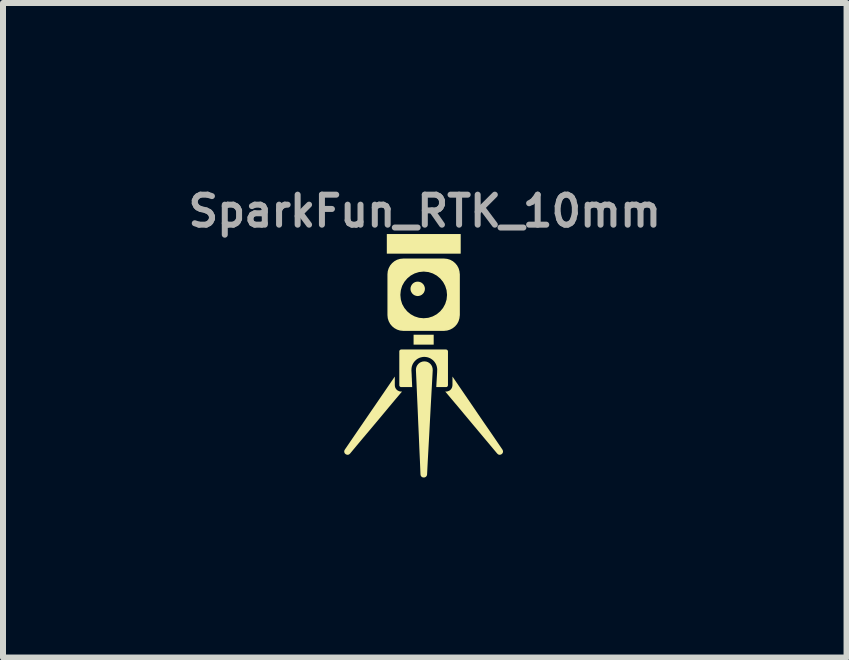
<source format=kicad_pcb>
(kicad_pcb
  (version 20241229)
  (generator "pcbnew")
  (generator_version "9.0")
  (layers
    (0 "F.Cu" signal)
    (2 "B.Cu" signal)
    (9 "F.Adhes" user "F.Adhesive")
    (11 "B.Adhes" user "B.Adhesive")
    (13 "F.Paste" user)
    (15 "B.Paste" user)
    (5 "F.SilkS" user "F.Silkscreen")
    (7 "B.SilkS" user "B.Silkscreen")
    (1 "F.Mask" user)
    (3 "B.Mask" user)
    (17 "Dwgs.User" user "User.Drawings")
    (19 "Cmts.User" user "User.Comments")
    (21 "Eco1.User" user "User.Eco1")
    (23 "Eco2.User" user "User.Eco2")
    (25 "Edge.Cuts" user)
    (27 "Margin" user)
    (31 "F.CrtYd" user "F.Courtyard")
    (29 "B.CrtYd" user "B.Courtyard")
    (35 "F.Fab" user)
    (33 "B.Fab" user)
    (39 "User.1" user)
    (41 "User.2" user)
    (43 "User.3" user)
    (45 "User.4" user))
  (footprint "SparkFun_RTK_10mm"
    (layer "F.Cu")
    (at 4.029 3.368)
    (property "Reference" "SparkFun_RTK_10mm" (at 0 -2.9 0) (layer "F.Fab") (effects (font (size 0.5 0.5) (thickness 0.1))))
    (attr board_only exclude_from_pos_files exclude_from_bom)
    (fp_poly (pts (xy 0.148 -0.675) (xy -0.187 -0.675) (xy -0.187 -0.84) (xy 0.148 -0.84)) (stroke (width 0) (type solid)) (fill yes) (layer "F.SilkS"))
    (fp_poly (pts (xy 0.598 -2.191) (xy -0.633 -2.191) (xy -0.633 -2.518) (xy 0.598 -2.518)) (stroke (width 0) (type solid)) (fill yes) (layer "F.SilkS"))
    (fp_poly (pts (xy -0.097 -1.71) (xy -0.077 -1.704) (xy -0.058 -1.694) (xy -0.043 -1.681) (xy -0.029 -1.665) (xy -0.02 -1.647) (xy -0.013 -1.626) (xy -0.011 -1.605) (xy -0.013 -1.583) (xy -0.02 -1.563) (xy -0.029 -1.545) (xy -0.043 -1.529) (xy -0.058 -1.516) (xy -0.077 -1.506) (xy -0.097 -1.5) (xy -0.118 -1.497) (xy -0.14 -1.5) (xy -0.16 -1.506) (xy -0.178 -1.516) (xy -0.194 -1.529) (xy -0.207 -1.545) (xy -0.217 -1.563) (xy -0.224 -1.583) (xy -0.226 -1.605) (xy -0.224 -1.626) (xy -0.217 -1.647) (xy -0.207 -1.665) (xy -0.194 -1.681) (xy -0.178 -1.694) (xy -0.16 -1.704) (xy -0.14 -1.71) (xy -0.118 -1.712)) (stroke (width 0.025) (type solid)) (fill yes) (layer "F.SilkS"))
    (fp_poly (pts (xy -0.5 0) (xy -0.498 0.022) (xy -0.492 0.042) (xy -0.482 0.06) (xy -0.469 0.076) (xy -0.453 0.089) (xy -0.435 0.098) (xy -0.415 0.105) (xy -0.393 0.107) (xy -0.38 0.107) (xy -0.489 0.236) (xy -0.597 0.365) (xy -0.705 0.495) (xy -0.813 0.624) (xy -0.921 0.753) (xy -1.03 0.882) (xy -1.138 1.011) (xy -1.246 1.141) (xy -1.264 1.156) (xy -1.284 1.161) (xy -1.304 1.158) (xy -1.321 1.149) (xy -1.335 1.135) (xy -1.342 1.117) (xy -1.343 1.096) (xy -1.333 1.075) (xy -1.229 0.922) (xy -1.125 0.77) (xy -1.021 0.618) (xy -0.917 0.466) (xy -0.812 0.313) (xy -0.708 0.161) (xy -0.604 0.009) (xy -0.5 -0.143)) (stroke (width 0) (type solid)) (fill yes) (layer "F.SilkS"))
    (fp_poly (pts (xy 0.565 0.009) (xy 0.669 0.161) (xy 0.773 0.313) (xy 0.877 0.466) (xy 0.981 0.618) (xy 1.086 0.77) (xy 1.19 0.922) (xy 1.294 1.075) (xy 1.303 1.096) (xy 1.303 1.117) (xy 1.295 1.135) (xy 1.282 1.149) (xy 1.264 1.158) (xy 1.245 1.161) (xy 1.225 1.156) (xy 1.207 1.141) (xy 1.098 1.011) (xy 0.99 0.882) (xy 0.882 0.753) (xy 0.774 0.624) (xy 0.666 0.495) (xy 0.558 0.365) (xy 0.449 0.236) (xy 0.341 0.107) (xy 0.354 0.107) (xy 0.375 0.105) (xy 0.395 0.098) (xy 0.414 0.089) (xy 0.429 0.076) (xy 0.442 0.06) (xy 0.452 0.042) (xy 0.458 0.022) (xy 0.461 0) (xy 0.461 -0.143)) (stroke (width 0) (type solid)) (fill yes) (layer "F.SilkS"))
    (fp_poly (pts (xy -0.008 -0.396) (xy -0.008 -0.396) (xy -0.007 -0.396) (xy -0.007 -0.396) (xy -0.007 -0.396) (xy -0.007 -0.396) (xy -0.006 -0.396) (xy -0.006 -0.396) (xy 0.023 -0.393) (xy 0.05 -0.384) (xy 0.074 -0.37) (xy 0.094 -0.352) (xy 0.111 -0.33) (xy 0.123 -0.305) (xy 0.13 -0.277) (xy 0.132 -0.248) (xy 0.12 -0.031) (xy 0.108 0.186) (xy 0.096 0.402) (xy 0.073 0.836) (xy 0.061 1.053) (xy 0.049 1.27) (xy 0.038 1.487) (xy 0.036 1.499) (xy 0.032 1.51) (xy 0.026 1.519) (xy 0.019 1.526) (xy 0.011 1.532) (xy 0.002 1.536) (xy -0.007 1.538) (xy -0.017 1.539) (xy -0.027 1.538) (xy -0.037 1.536) (xy -0.046 1.532) (xy -0.054 1.526) (xy -0.061 1.519) (xy -0.067 1.509) (xy -0.07 1.499) (xy -0.072 1.487) (xy -0.081 1.27) (xy -0.091 1.052) (xy -0.1 0.835) (xy -0.11 0.618) (xy -0.119 0.401) (xy -0.129 0.184) (xy -0.138 -0.033) (xy -0.148 -0.25) (xy -0.146 -0.279) (xy -0.139 -0.306) (xy -0.126 -0.331) (xy -0.109 -0.353) (xy -0.088 -0.371) (xy -0.064 -0.384) (xy -0.037 -0.393) (xy -0.008 -0.396)) (stroke (width 0) (type solid)) (fill yes) (layer "F.SilkS"))
    (fp_poly (pts (xy 0.37 -2.092) (xy 0.417 -2.078) (xy 0.46 -2.055) (xy 0.497 -2.024) (xy 0.528 -1.987) (xy 0.551 -1.944) (xy 0.565 -1.897) (xy 0.571 -1.846) (xy 0.571 -1.168) (xy 0.565 -1.117) (xy 0.551 -1.07) (xy 0.528 -1.027) (xy 0.497 -0.99) (xy 0.46 -0.96) (xy 0.417 -0.937) (xy 0.37 -0.922) (xy 0.32 -0.917) (xy -0.359 -0.917) (xy -0.41 -0.922) (xy -0.457 -0.937) (xy -0.499 -0.96) (xy -0.536 -0.99) (xy -0.567 -1.027) (xy -0.59 -1.07) (xy -0.605 -1.117) (xy -0.61 -1.168) (xy -0.61 -1.504) (xy -0.42 -1.504) (xy -0.412 -1.423) (xy -0.389 -1.347) (xy -0.351 -1.279) (xy -0.302 -1.22) (xy -0.243 -1.171) (xy -0.175 -1.134) (xy -0.099 -1.11) (xy -0.019 -1.102) (xy 0.062 -1.11) (xy 0.138 -1.134) (xy 0.206 -1.171) (xy 0.265 -1.22) (xy 0.314 -1.279) (xy 0.351 -1.347) (xy 0.375 -1.423) (xy 0.383 -1.504) (xy 0.375 -1.584) (xy 0.351 -1.66) (xy 0.314 -1.728) (xy 0.265 -1.787) (xy 0.206 -1.836) (xy 0.138 -1.873) (xy 0.062 -1.897) (xy -0.019 -1.905) (xy -0.099 -1.897) (xy -0.175 -1.873) (xy -0.243 -1.836) (xy -0.302 -1.787) (xy -0.351 -1.728) (xy -0.389 -1.66) (xy -0.412 -1.584) (xy -0.42 -1.504) (xy -0.61 -1.504) (xy -0.61 -1.846) (xy -0.605 -1.897) (xy -0.59 -1.944) (xy -0.567 -1.987) (xy -0.536 -2.024) (xy -0.499 -2.055) (xy -0.457 -2.078) (xy -0.41 -2.092) (xy -0.359 -2.097) (xy 0.32 -2.097)) (stroke (width 0.025) (type solid)) (fill yes) (layer "F.SilkS"))
    (fp_poly (pts (xy 0.36 -0.593) (xy 0.366 -0.591) (xy 0.372 -0.588) (xy 0.377 -0.584) (xy 0.38 -0.579) (xy 0.383 -0.574) (xy 0.385 -0.568) (xy 0.386 -0.561) (xy 0.386 0) (xy 0.385 0.006) (xy 0.383 0.013) (xy 0.38 0.018) (xy 0.377 0.023) (xy 0.372 0.027) (xy 0.366 0.03) (xy 0.36 0.032) (xy 0.354 0.032) (xy 0.191 0.032) (xy 0.193 -0.002) (xy 0.195 -0.037) (xy 0.197 -0.071) (xy 0.199 -0.106) (xy 0.201 -0.141) (xy 0.205 -0.21) (xy 0.206 -0.244) (xy 0.207 -0.266) (xy 0.204 -0.288) (xy 0.2 -0.309) (xy 0.194 -0.329) (xy 0.186 -0.349) (xy 0.175 -0.368) (xy 0.163 -0.386) (xy 0.149 -0.403) (xy 0.133 -0.418) (xy 0.116 -0.431) (xy 0.098 -0.443) (xy 0.079 -0.452) (xy 0.059 -0.46) (xy 0.038 -0.466) (xy 0.017 -0.469) (xy -0.005 -0.471) (xy -0.006 -0.471) (xy -0.006 -0.471) (xy -0.006 -0.471) (xy -0.007 -0.471) (xy -0.007 -0.471) (xy -0.007 -0.471) (xy -0.008 -0.471) (xy -0.008 -0.471) (xy -0.008 -0.471) (xy -0.008 -0.471) (xy -0.03 -0.47) (xy -0.051 -0.466) (xy -0.072 -0.461) (xy -0.092 -0.454) (xy -0.112 -0.444) (xy -0.13 -0.433) (xy -0.147 -0.419) (xy -0.163 -0.404) (xy -0.177 -0.388) (xy -0.19 -0.37) (xy -0.201 -0.351) (xy -0.209 -0.332) (xy -0.216 -0.311) (xy -0.22 -0.29) (xy -0.222 -0.268) (xy -0.223 -0.246) (xy -0.221 -0.212) (xy -0.219 -0.177) (xy -0.218 -0.142) (xy -0.216 -0.107) (xy -0.215 -0.072) (xy -0.213 -0.038) (xy -0.212 -0.003) (xy -0.21 0.032) (xy -0.393 0.032) (xy -0.4 0.032) (xy -0.406 0.03) (xy -0.411 0.027) (xy -0.416 0.023) (xy -0.42 0.018) (xy -0.423 0.013) (xy -0.425 0.006) (xy -0.425 0) (xy -0.425 -0.561) (xy -0.425 -0.568) (xy -0.423 -0.574) (xy -0.42 -0.579) (xy -0.416 -0.584) (xy -0.411 -0.588) (xy -0.406 -0.591) (xy -0.4 -0.593) (xy -0.393 -0.594) (xy 0.354 -0.594)) (stroke (width 0) (type solid)) (fill yes) (layer "F.SilkS")))
  (gr_rect
    (start -3 -3)
    (end 11.057 7.907)
    (stroke (width 0.1) (type default))
    (fill no)
    (layer "Edge.Cuts")))
</source>
